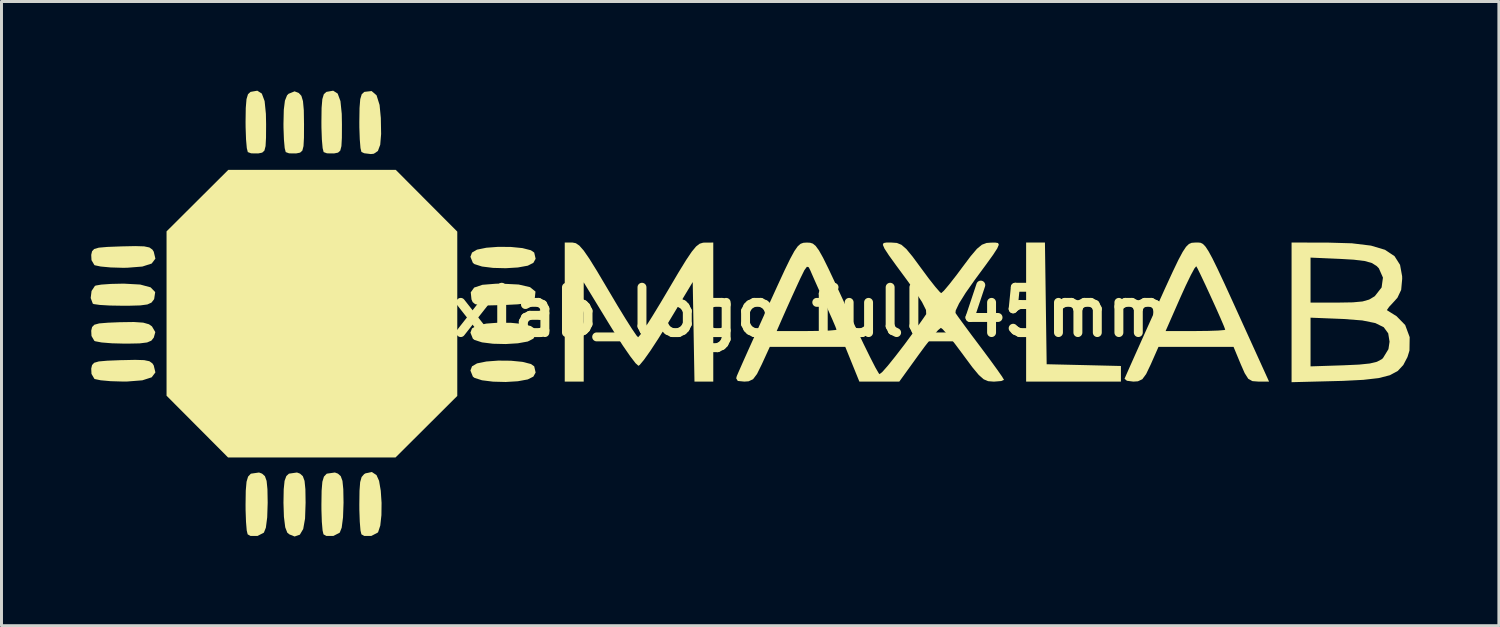
<source format=kicad_pcb>
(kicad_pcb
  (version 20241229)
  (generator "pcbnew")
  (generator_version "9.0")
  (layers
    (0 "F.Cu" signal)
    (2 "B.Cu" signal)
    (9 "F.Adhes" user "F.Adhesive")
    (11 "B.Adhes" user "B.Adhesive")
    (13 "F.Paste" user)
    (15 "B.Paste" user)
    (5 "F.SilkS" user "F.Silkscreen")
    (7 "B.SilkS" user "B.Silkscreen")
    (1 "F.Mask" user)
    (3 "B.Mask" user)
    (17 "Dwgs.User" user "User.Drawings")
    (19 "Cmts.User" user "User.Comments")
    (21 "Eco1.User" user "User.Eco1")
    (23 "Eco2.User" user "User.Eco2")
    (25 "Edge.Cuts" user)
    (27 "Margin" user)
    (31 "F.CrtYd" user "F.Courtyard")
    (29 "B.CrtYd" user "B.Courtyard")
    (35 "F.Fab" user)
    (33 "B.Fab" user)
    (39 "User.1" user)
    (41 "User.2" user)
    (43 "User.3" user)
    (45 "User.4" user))
  (footprint "maxlab_logo_full_45mm"
    (layer "F.Cu")
    (at 22.531 7.445)
    (property "Reference" "maxlab_logo_full_45mm" (at 0 0 0) (layer "F.SilkS") (effects (font (size 1.524 1.524) (thickness 0.3))))
    (attr board_only exclude_from_pos_files exclude_from_bom)
    (fp_poly (pts (xy 9.618 1.754) (xy 10.867 1.783) (xy 12.115 1.813) (xy 12.115 2.338) (xy 8.927 2.338) (xy 8.927 -2.338) (xy 9.56 -2.338)) (stroke (width 0) (type solid)) (fill yes) (layer "F.SilkS"))
    (fp_poly (pts (xy -11.237 -3.744) (xy -10.203 -2.706) (xy -10.203 2.82) (xy -11.241 3.855) (xy -12.279 4.889) (xy -17.912 4.889) (xy -18.946 3.851) (xy -19.98 2.813) (xy -19.98 -2.714) (xy -18.942 -3.748) (xy -17.904 -4.782) (xy -12.271 -4.782)) (stroke (width 0) (type solid)) (fill yes) (layer "F.SilkS"))
    (fp_poly (pts (xy -8.399 -2.19) (xy -8.013 -2.152) (xy -7.728 -2.079) (xy -7.616 -2.002) (xy -7.568 -1.793) (xy -7.644 -1.656) (xy -7.832 -1.56) (xy -8.165 -1.5) (xy -8.575 -1.475) (xy -8.999 -1.486) (xy -9.371 -1.532) (xy -9.625 -1.613) (xy -9.679 -1.656) (xy -9.761 -1.86) (xy -9.707 -2.002) (xy -9.539 -2.1) (xy -9.224 -2.164) (xy -8.824 -2.194)) (stroke (width 0) (type solid)) (fill yes) (layer "F.SilkS"))
    (fp_poly (pts (xy -8.399 0.361) (xy -8.013 0.399) (xy -7.728 0.471) (xy -7.616 0.549) (xy -7.568 0.758) (xy -7.644 0.894) (xy -7.832 0.99) (xy -8.165 1.05) (xy -8.575 1.075) (xy -8.999 1.065) (xy -9.371 1.019) (xy -9.625 0.937) (xy -9.679 0.894) (xy -9.761 0.69) (xy -9.707 0.549) (xy -9.539 0.451) (xy -9.224 0.387) (xy -8.824 0.357)) (stroke (width 0) (type solid)) (fill yes) (layer "F.SilkS"))
    (fp_poly (pts (xy -8.399 1.636) (xy -8.013 1.674) (xy -7.728 1.746) (xy -7.616 1.824) (xy -7.568 2.033) (xy -7.644 2.17) (xy -7.832 2.265) (xy -8.165 2.326) (xy -8.575 2.351) (xy -8.999 2.34) (xy -9.371 2.294) (xy -9.625 2.212) (xy -9.679 2.17) (xy -9.761 1.965) (xy -9.707 1.824) (xy -9.539 1.726) (xy -9.224 1.662) (xy -8.824 1.632)) (stroke (width 0) (type solid)) (fill yes) (layer "F.SilkS"))
    (fp_poly (pts (xy -12.918 -7.291) (xy -12.816 -6.966) (xy -12.774 -6.527) (xy -12.764 -5.988) (xy -12.794 -5.628) (xy -12.873 -5.417) (xy -13.009 -5.325) (xy -13.109 -5.314) (xy -13.332 -5.341) (xy -13.426 -5.385) (xy -13.458 -5.516) (xy -13.482 -5.808) (xy -13.496 -6.206) (xy -13.497 -6.398) (xy -13.49 -6.865) (xy -13.466 -7.161) (xy -13.416 -7.326) (xy -13.333 -7.402) (xy -13.323 -7.406) (xy -13.084 -7.433)) (stroke (width 0) (type solid)) (fill yes) (layer "F.SilkS"))
    (fp_poly (pts (xy -8.139 -0.927) (xy -7.756 -0.838) (xy -7.573 -0.69) (xy -7.594 -0.486) (xy -7.61 -0.458) (xy -7.704 -0.362) (xy -7.874 -0.3) (xy -8.163 -0.261) (xy -8.616 -0.238) (xy -8.691 -0.235) (xy -9.149 -0.224) (xy -9.439 -0.232) (xy -9.603 -0.267) (xy -9.686 -0.336) (xy -9.725 -0.426) (xy -9.75 -0.664) (xy -9.635 -0.824) (xy -9.359 -0.917) (xy -8.901 -0.954) (xy -8.722 -0.956)) (stroke (width 0) (type solid)) (fill yes) (layer "F.SilkS"))
    (fp_poly (pts (xy -15.492 5.433) (xy -15.397 5.518) (xy -15.339 5.678) (xy -15.311 5.958) (xy -15.304 6.404) (xy -15.304 6.412) (xy -15.322 6.945) (xy -15.384 7.294) (xy -15.497 7.486) (xy -15.671 7.546) (xy -15.676 7.546) (xy -15.847 7.477) (xy -15.92 7.418) (xy -15.989 7.238) (xy -16.033 6.883) (xy -16.048 6.414) (xy -16.04 5.962) (xy -16.011 5.677) (xy -15.952 5.515) (xy -15.864 5.434) (xy -15.594 5.395)) (stroke (width 0) (type solid)) (fill yes) (layer "F.SilkS"))
    (fp_poly (pts (xy -12.92 5.481) (xy -12.833 5.675) (xy -12.776 6.009) (xy -12.749 6.416) (xy -12.754 6.828) (xy -12.792 7.178) (xy -12.864 7.398) (xy -12.881 7.418) (xy -13.095 7.529) (xy -13.331 7.528) (xy -13.426 7.475) (xy -13.458 7.343) (xy -13.482 7.052) (xy -13.496 6.654) (xy -13.497 6.469) (xy -13.491 6.01) (xy -13.469 5.718) (xy -13.42 5.547) (xy -13.336 5.451) (xy -13.292 5.424) (xy -13.078 5.378)) (stroke (width 0) (type solid)) (fill yes) (layer "F.SilkS"))
    (fp_poly (pts (xy -20.866 -0.926) (xy -20.517 -0.832) (xy -20.362 -0.672) (xy -20.396 -0.443) (xy -20.409 -0.418) (xy -20.488 -0.318) (xy -20.625 -0.256) (xy -20.865 -0.224) (xy -21.254 -0.213) (xy -21.454 -0.213) (xy -21.881 -0.22) (xy -22.223 -0.24) (xy -22.428 -0.269) (xy -22.46 -0.283) (xy -22.531 -0.473) (xy -22.502 -0.709) (xy -22.391 -0.877) (xy -22.362 -0.892) (xy -22.177 -0.924) (xy -21.848 -0.947) (xy -21.444 -0.956) (xy -21.414 -0.956)) (stroke (width 0) (type solid)) (fill yes) (layer "F.SilkS"))
    (fp_poly (pts (xy -20.766 0.355) (xy -20.571 0.41) (xy -20.47 0.482) (xy -20.358 0.674) (xy -20.409 0.858) (xy -20.491 0.961) (xy -20.634 1.022) (xy -20.885 1.053) (xy -21.292 1.061) (xy -21.392 1.061) (xy -21.816 1.05) (xy -22.165 1.022) (xy -22.38 0.981) (xy -22.407 0.969) (xy -22.504 0.805) (xy -22.513 0.626) (xy -22.484 0.503) (xy -22.409 0.426) (xy -22.245 0.381) (xy -21.948 0.357) (xy -21.559 0.341) (xy -21.08 0.334)) (stroke (width 0) (type solid)) (fill yes) (layer "F.SilkS"))
    (fp_poly (pts (xy -20.734 -2.21) (xy -20.557 -2.173) (xy -20.457 -2.102) (xy -20.411 -2.031) (xy -20.355 -1.797) (xy -20.48 -1.632) (xy -20.794 -1.531) (xy -21.303 -1.491) (xy -21.449 -1.489) (xy -21.859 -1.501) (xy -22.195 -1.532) (xy -22.393 -1.574) (xy -22.407 -1.581) (xy -22.504 -1.746) (xy -22.513 -1.925) (xy -22.485 -2.045) (xy -22.414 -2.121) (xy -22.258 -2.166) (xy -21.974 -2.191) (xy -21.522 -2.208) (xy -21.5 -2.209) (xy -21.034 -2.219)) (stroke (width 0) (type solid)) (fill yes) (layer "F.SilkS"))
    (fp_poly (pts (xy -20.734 1.616) (xy -20.557 1.653) (xy -20.457 1.724) (xy -20.411 1.795) (xy -20.355 2.029) (xy -20.48 2.194) (xy -20.794 2.295) (xy -21.303 2.335) (xy -21.449 2.336) (xy -21.859 2.324) (xy -22.195 2.294) (xy -22.393 2.252) (xy -22.407 2.245) (xy -22.504 2.08) (xy -22.513 1.901) (xy -22.485 1.781) (xy -22.414 1.705) (xy -22.258 1.66) (xy -21.974 1.635) (xy -21.522 1.617) (xy -21.5 1.617) (xy -21.034 1.607)) (stroke (width 0) (type solid)) (fill yes) (layer "F.SilkS"))
    (fp_poly (pts (xy -16.776 -7.348) (xy -16.682 -7.095) (xy -16.639 -6.665) (xy -16.632 -6.312) (xy -16.635 -5.862) (xy -16.65 -5.582) (xy -16.689 -5.43) (xy -16.764 -5.362) (xy -16.887 -5.337) (xy -16.902 -5.335) (xy -17.134 -5.338) (xy -17.247 -5.38) (xy -17.281 -5.514) (xy -17.307 -5.807) (xy -17.321 -6.207) (xy -17.323 -6.398) (xy -17.316 -6.865) (xy -17.291 -7.161) (xy -17.241 -7.326) (xy -17.159 -7.402) (xy -17.149 -7.406) (xy -16.928 -7.445)) (stroke (width 0) (type solid)) (fill yes) (layer "F.SilkS"))
    (fp_poly (pts (xy -16.768 5.433) (xy -16.672 5.518) (xy -16.615 5.678) (xy -16.587 5.958) (xy -16.579 6.404) (xy -16.579 6.412) (xy -16.595 6.903) (xy -16.64 7.251) (xy -16.707 7.418) (xy -16.921 7.529) (xy -17.157 7.528) (xy -17.252 7.475) (xy -17.284 7.343) (xy -17.308 7.052) (xy -17.322 6.654) (xy -17.323 6.47) (xy -17.316 6.004) (xy -17.29 5.706) (xy -17.238 5.533) (xy -17.151 5.441) (xy -17.14 5.434) (xy -16.87 5.395)) (stroke (width 0) (type solid)) (fill yes) (layer "F.SilkS"))
    (fp_poly (pts (xy -14.225 -7.348) (xy -14.132 -7.095) (xy -14.088 -6.665) (xy -14.082 -6.312) (xy -14.084 -5.862) (xy -14.099 -5.582) (xy -14.138 -5.43) (xy -14.213 -5.362) (xy -14.337 -5.337) (xy -14.351 -5.335) (xy -14.583 -5.338) (xy -14.697 -5.38) (xy -14.731 -5.514) (xy -14.757 -5.807) (xy -14.771 -6.207) (xy -14.772 -6.398) (xy -14.766 -6.865) (xy -14.741 -7.161) (xy -14.691 -7.326) (xy -14.609 -7.402) (xy -14.599 -7.406) (xy -14.377 -7.445)) (stroke (width 0) (type solid)) (fill yes) (layer "F.SilkS"))
    (fp_poly (pts (xy -14.217 5.433) (xy -14.122 5.518) (xy -14.064 5.678) (xy -14.036 5.958) (xy -14.028 6.404) (xy -14.028 6.412) (xy -14.045 6.903) (xy -14.09 7.251) (xy -14.156 7.418) (xy -14.37 7.529) (xy -14.606 7.528) (xy -14.702 7.475) (xy -14.733 7.343) (xy -14.758 7.052) (xy -14.771 6.654) (xy -14.772 6.47) (xy -14.765 6.004) (xy -14.74 5.706) (xy -14.687 5.533) (xy -14.6 5.441) (xy -14.589 5.434) (xy -14.319 5.395)) (stroke (width 0) (type solid)) (fill yes) (layer "F.SilkS"))
    (fp_poly (pts (xy -15.534 -7.368) (xy -15.446 -7.273) (xy -15.392 -7.094) (xy -15.364 -6.788) (xy -15.357 -6.313) (xy -15.357 -6.312) (xy -15.359 -5.862) (xy -15.374 -5.582) (xy -15.413 -5.43) (xy -15.489 -5.362) (xy -15.612 -5.337) (xy -15.627 -5.335) (xy -15.859 -5.338) (xy -15.972 -5.38) (xy -16.007 -5.515) (xy -16.033 -5.807) (xy -16.047 -6.2) (xy -16.048 -6.328) (xy -16.037 -6.804) (xy -15.999 -7.11) (xy -15.928 -7.288) (xy -15.879 -7.34) (xy -15.675 -7.423)) (stroke (width 0) (type solid)) (fill yes) (layer "F.SilkS"))
    (fp_poly (pts (xy -6.215 -2.316) (xy -6.097 -2.235) (xy -5.952 -2.07) (xy -5.762 -1.795) (xy -5.508 -1.386) (xy -5.172 -0.82) (xy -5.129 -0.747) (xy -4.822 -0.229) (xy -4.548 0.219) (xy -4.327 0.567) (xy -4.178 0.785) (xy -4.122 0.847) (xy -4.046 0.761) (xy -3.883 0.52) (xy -3.651 0.154) (xy -3.37 -0.307) (xy -3.112 -0.742) (xy -2.769 -1.323) (xy -2.511 -1.743) (xy -2.318 -2.03) (xy -2.172 -2.206) (xy -2.052 -2.299) (xy -1.939 -2.333) (xy -1.886 -2.336) (xy -1.594 -2.338) (xy -1.594 2.338) (xy -2.226 2.338) (xy -2.285 -1.01) (xy -3.134 0.399) (xy -3.435 0.883) (xy -3.705 1.296) (xy -3.924 1.605) (xy -4.07 1.78) (xy -4.111 1.807) (xy -4.207 1.72) (xy -4.39 1.482) (xy -4.637 1.124) (xy -4.926 0.676) (xy -5.095 0.403) (xy -5.951 -1) (xy -5.951 2.338) (xy -6.589 2.338) (xy -6.589 -2.338) (xy -6.325 -2.338)) (stroke (width 0) (type solid)) (fill yes) (layer "F.SilkS"))
    (fp_poly (pts (xy 14.797 -2.33) (xy 14.873 -2.291) (xy 14.958 -2.203) (xy 15.06 -2.048) (xy 15.192 -1.806) (xy 15.363 -1.457) (xy 15.585 -0.984) (xy 15.868 -0.366) (xy 16.223 0.415) (xy 16.457 0.93) (xy 17.097 2.338) (xy 16.742 2.338) (xy 16.536 2.322) (xy 16.397 2.243) (xy 16.276 2.052) (xy 16.145 1.754) (xy 15.902 1.169) (xy 13.379 1.169) (xy 13.121 1.754) (xy 12.964 2.082) (xy 12.835 2.258) (xy 12.687 2.328) (xy 12.533 2.338) (xy 12.317 2.31) (xy 12.238 2.243) (xy 12.239 2.237) (xy 12.292 2.115) (xy 12.419 1.828) (xy 12.608 1.404) (xy 12.846 0.873) (xy 12.952 0.638) (xy 13.618 0.638) (xy 14.62 0.638) (xy 15.052 0.633) (xy 15.391 0.621) (xy 15.59 0.604) (xy 15.623 0.592) (xy 15.581 0.478) (xy 15.471 0.221) (xy 15.316 -0.129) (xy 15.137 -0.522) (xy 14.958 -0.91) (xy 14.801 -1.242) (xy 14.69 -1.469) (xy 14.648 -1.541) (xy 14.589 -1.47) (xy 14.465 -1.241) (xy 14.294 -0.888) (xy 14.108 -0.477) (xy 13.618 0.638) (xy 12.952 0.638) (xy 13.121 0.262) (xy 13.285 -0.101) (xy 13.607 -0.814) (xy 13.857 -1.357) (xy 14.047 -1.753) (xy 14.192 -2.024) (xy 14.305 -2.195) (xy 14.401 -2.289) (xy 14.494 -2.329) (xy 14.597 -2.337) (xy 14.624 -2.338) (xy 14.717 -2.339)) (stroke (width 0) (type solid)) (fill yes) (layer "F.SilkS"))
    (fp_poly (pts (xy 19.05 -2.337) (xy 19.882 -2.313) (xy 20.524 -2.235) (xy 20.996 -2.094) (xy 21.316 -1.881) (xy 21.502 -1.588) (xy 21.572 -1.205) (xy 21.574 -1.116) (xy 21.54 -0.747) (xy 21.415 -0.483) (xy 21.302 -0.356) (xy 21.133 -0.174) (xy 21.061 -0.07) (xy 21.063 -0.063) (xy 21.166 0.002) (xy 21.372 0.131) (xy 21.384 0.138) (xy 21.675 0.436) (xy 21.826 0.843) (xy 21.819 1.294) (xy 21.752 1.512) (xy 21.611 1.781) (xy 21.424 1.981) (xy 21.158 2.124) (xy 20.783 2.22) (xy 20.266 2.279) (xy 19.577 2.314) (xy 19.369 2.319) (xy 17.854 2.358) (xy 17.854 0.188) (xy 18.492 0.188) (xy 18.492 1.826) (xy 19.597 1.79) (xy 20.125 1.766) (xy 20.486 1.729) (xy 20.723 1.672) (xy 20.883 1.587) (xy 20.926 1.551) (xy 21.112 1.246) (xy 21.149 0.996) (xy 21.104 0.715) (xy 20.954 0.51) (xy 20.671 0.37) (xy 20.231 0.281) (xy 19.609 0.233) (xy 19.538 0.23) (xy 18.492 0.188) (xy 17.854 0.188) (xy 17.854 -1.832) (xy 18.492 -1.832) (xy 18.492 -0.319) (xy 19.434 -0.319) (xy 19.915 -0.327) (xy 20.24 -0.357) (xy 20.462 -0.42) (xy 20.637 -0.524) (xy 20.656 -0.539) (xy 20.882 -0.828) (xy 20.927 -1.159) (xy 20.79 -1.471) (xy 20.718 -1.546) (xy 20.558 -1.648) (xy 20.315 -1.717) (xy 19.944 -1.762) (xy 19.496 -1.788) (xy 18.492 -1.832) (xy 17.854 -1.832) (xy 17.854 -2.338)) (stroke (width 0) (type solid)) (fill yes) (layer "F.SilkS"))
    (fp_poly (pts (xy 4.385 -2.338) (xy 4.399 -2.338) (xy 4.581 -2.325) (xy 4.734 -2.263) (xy 4.898 -2.121) (xy 5.108 -1.866) (xy 5.387 -1.488) (xy 5.654 -1.127) (xy 5.878 -0.843) (xy 6.029 -0.671) (xy 6.073 -0.638) (xy 6.162 -0.718) (xy 6.344 -0.934) (xy 6.59 -1.249) (xy 6.765 -1.484) (xy 7.061 -1.878) (xy 7.273 -2.127) (xy 7.44 -2.265) (xy 7.597 -2.324) (xy 7.738 -2.335) (xy 7.889 -2.337) (xy 7.983 -2.322) (xy 8.009 -2.265) (xy 7.955 -2.139) (xy 7.811 -1.918) (xy 7.565 -1.577) (xy 7.206 -1.09) (xy 7.202 -1.085) (xy 6.892 -0.645) (xy 6.672 -0.291) (xy 6.559 -0.053) (xy 6.552 0.031) (xy 6.643 0.162) (xy 6.835 0.425) (xy 7.098 0.781) (xy 7.406 1.19) (xy 7.705 1.592) (xy 7.951 1.931) (xy 8.119 2.171) (xy 8.183 2.279) (xy 8.183 2.28) (xy 8.09 2.319) (xy 7.861 2.338) (xy 7.824 2.338) (xy 7.651 2.324) (xy 7.501 2.261) (xy 7.337 2.117) (xy 7.125 1.863) (xy 6.83 1.466) (xy 6.808 1.435) (xy 6.529 1.062) (xy 6.29 0.764) (xy 6.121 0.577) (xy 6.059 0.531) (xy 5.962 0.612) (xy 5.773 0.832) (xy 5.522 1.152) (xy 5.314 1.435) (xy 4.662 2.338) (xy 3.319 2.338) (xy 3.082 1.754) (xy 2.845 1.169) (xy 0.307 1.169) (xy 0.039 1.754) (xy -0.123 2.082) (xy -0.256 2.258) (xy -0.406 2.328) (xy -0.551 2.338) (xy -0.77 2.316) (xy -0.823 2.228) (xy -0.803 2.152) (xy -0.739 2.004) (xy -0.602 1.693) (xy -0.404 1.25) (xy -0.158 0.706) (xy -0.127 0.638) (xy 0.539 0.638) (xy 1.545 0.638) (xy 1.978 0.633) (xy 2.317 0.621) (xy 2.517 0.603) (xy 2.551 0.59) (xy 2.509 0.479) (xy 2.399 0.222) (xy 2.24 -0.133) (xy 2.169 -0.286) (xy 1.979 -0.702) (xy 1.813 -1.074) (xy 1.698 -1.336) (xy 1.679 -1.382) (xy 1.617 -1.507) (xy 1.556 -1.525) (xy 1.471 -1.41) (xy 1.336 -1.137) (xy 1.252 -0.956) (xy 1.056 -0.528) (xy 0.865 -0.103) (xy 0.737 0.186) (xy 0.539 0.638) (xy -0.127 0.638) (xy 0.12 0.091) (xy 0.245 -0.185) (xy 0.563 -0.882) (xy 0.807 -1.41) (xy 0.993 -1.792) (xy 1.134 -2.051) (xy 1.246 -2.211) (xy 1.342 -2.296) (xy 1.437 -2.33) (xy 1.545 -2.337) (xy 1.553 -2.337) (xy 1.662 -2.332) (xy 1.756 -2.302) (xy 1.851 -2.223) (xy 1.961 -2.072) (xy 2.099 -1.826) (xy 2.28 -1.46) (xy 2.519 -0.952) (xy 2.829 -0.278) (xy 2.893 -0.138) (xy 3.186 0.494) (xy 3.454 1.057) (xy 3.683 1.523) (xy 3.859 1.866) (xy 3.97 2.057) (xy 3.997 2.088) (xy 4.089 2.016) (xy 4.277 1.803) (xy 4.535 1.482) (xy 4.838 1.088) (xy 5.159 0.651) (xy 5.473 0.207) (xy 5.567 0.069) (xy 5.56 -0.071) (xy 5.424 -0.341) (xy 5.154 -0.751) (xy 4.924 -1.071) (xy 4.561 -1.563) (xy 4.312 -1.908) (xy 4.165 -2.133) (xy 4.109 -2.262) (xy 4.134 -2.322) (xy 4.23 -2.339)) (stroke (width 0) (type solid)) (fill yes) (layer "F.SilkS")))
  (gr_rect
    (start -3 -3)
    (end 47.357 17.991)
    (stroke (width 0.1) (type default))
    (fill no)
    (layer "Edge.Cuts")))
</source>
